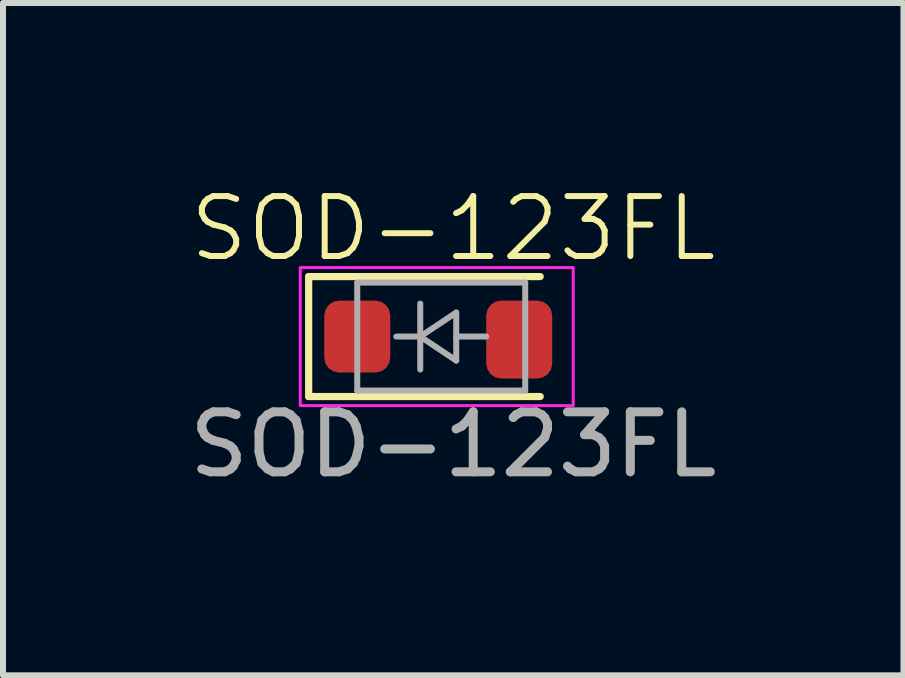
<source format=kicad_pcb>
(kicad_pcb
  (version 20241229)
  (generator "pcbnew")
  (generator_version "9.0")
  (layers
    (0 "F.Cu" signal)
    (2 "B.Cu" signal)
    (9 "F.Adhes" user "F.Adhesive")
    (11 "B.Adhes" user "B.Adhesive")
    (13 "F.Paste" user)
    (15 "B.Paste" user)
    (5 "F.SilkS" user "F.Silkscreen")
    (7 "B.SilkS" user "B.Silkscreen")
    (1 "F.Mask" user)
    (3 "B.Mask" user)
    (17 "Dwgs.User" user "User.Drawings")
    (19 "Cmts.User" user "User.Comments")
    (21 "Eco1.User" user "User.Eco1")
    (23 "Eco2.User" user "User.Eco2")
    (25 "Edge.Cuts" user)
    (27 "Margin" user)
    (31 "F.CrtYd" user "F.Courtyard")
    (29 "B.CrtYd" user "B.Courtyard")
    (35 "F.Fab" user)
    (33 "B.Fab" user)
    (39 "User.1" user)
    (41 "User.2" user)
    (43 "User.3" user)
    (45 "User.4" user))
  (footprint "SOD-123FL"
    (layer "F.Cu")
    (at 4.456 2.561)
    (property "Reference" "SOD-123FL" (at 0.05 -1.8 0) (unlocked yes) (layer "F.SilkS") (effects (font (size 1 1) (thickness 0.1))))
    (attr smd)
    (fp_line (start -2.36 -1) (end -2.36 1) (stroke (width 0.12) (type solid)) (layer "F.SilkS"))
    (fp_line (start -2.36 -1) (end 1.5 -1) (stroke (width 0.12) (type solid)) (layer "F.SilkS"))
    (fp_line (start -2.36 1) (end 1.5 1) (stroke (width 0.12) (type solid)) (layer "F.SilkS"))
    (fp_rect (start -2.5 -1.15) (end 2.05 1.15) (stroke (width 0.05) (type default)) (fill no) (layer "F.CrtYd"))
    (fp_line (start -1.55 -0.9) (end 1.25 -0.9) (stroke (width 0.1) (type solid)) (layer "F.Fab"))
    (fp_line (start -1.55 0.9) (end -1.55 -0.9) (stroke (width 0.1) (type solid)) (layer "F.Fab"))
    (fp_line (start -0.9 0) (end -0.5 0) (stroke (width 0.1) (type solid)) (layer "F.Fab"))
    (fp_line (start -0.5 0) (end -0.5 -0.55) (stroke (width 0.1) (type solid)) (layer "F.Fab"))
    (fp_line (start -0.5 0) (end -0.5 0.55) (stroke (width 0.1) (type solid)) (layer "F.Fab"))
    (fp_line (start -0.5 0) (end 0.1 -0.4) (stroke (width 0.1) (type solid)) (layer "F.Fab"))
    (fp_line (start 0.1 -0.4) (end 0.1 0.4) (stroke (width 0.1) (type solid)) (layer "F.Fab"))
    (fp_line (start 0.1 0) (end 0.6 0) (stroke (width 0.1) (type solid)) (layer "F.Fab"))
    (fp_line (start 0.1 0.4) (end -0.5 0) (stroke (width 0.1) (type solid)) (layer "F.Fab"))
    (fp_line (start 1.25 -0.9) (end 1.25 0.9) (stroke (width 0.1) (type solid)) (layer "F.Fab"))
    (fp_line (start 1.25 0.9) (end -1.55 0.9) (stroke (width 0.1) (type solid)) (layer "F.Fab"))
    (fp_text user "${REFERENCE}" (at 0.05 1.8 0) (unlocked yes) (layer "F.Fab") (effects (font (size 1 1) (thickness 0.15))))
    (pad "1" smd roundrect (at -1.55 0) (size 1.1 1.2) (layers "F.Cu" "F.Mask" "F.Paste") (roundrect_rratio 0.227))
    (pad "2" smd roundrect (at 1.15 0.05) (size 1.1 1.3) (layers "F.Cu" "F.Mask" "F.Paste") (roundrect_rratio 0.227)))
  (gr_rect
    (start -3 -3)
    (end 12.012 8.209)
    (stroke (width 0.1) (type default))
    (fill no)
    (layer "Edge.Cuts")))
</source>
